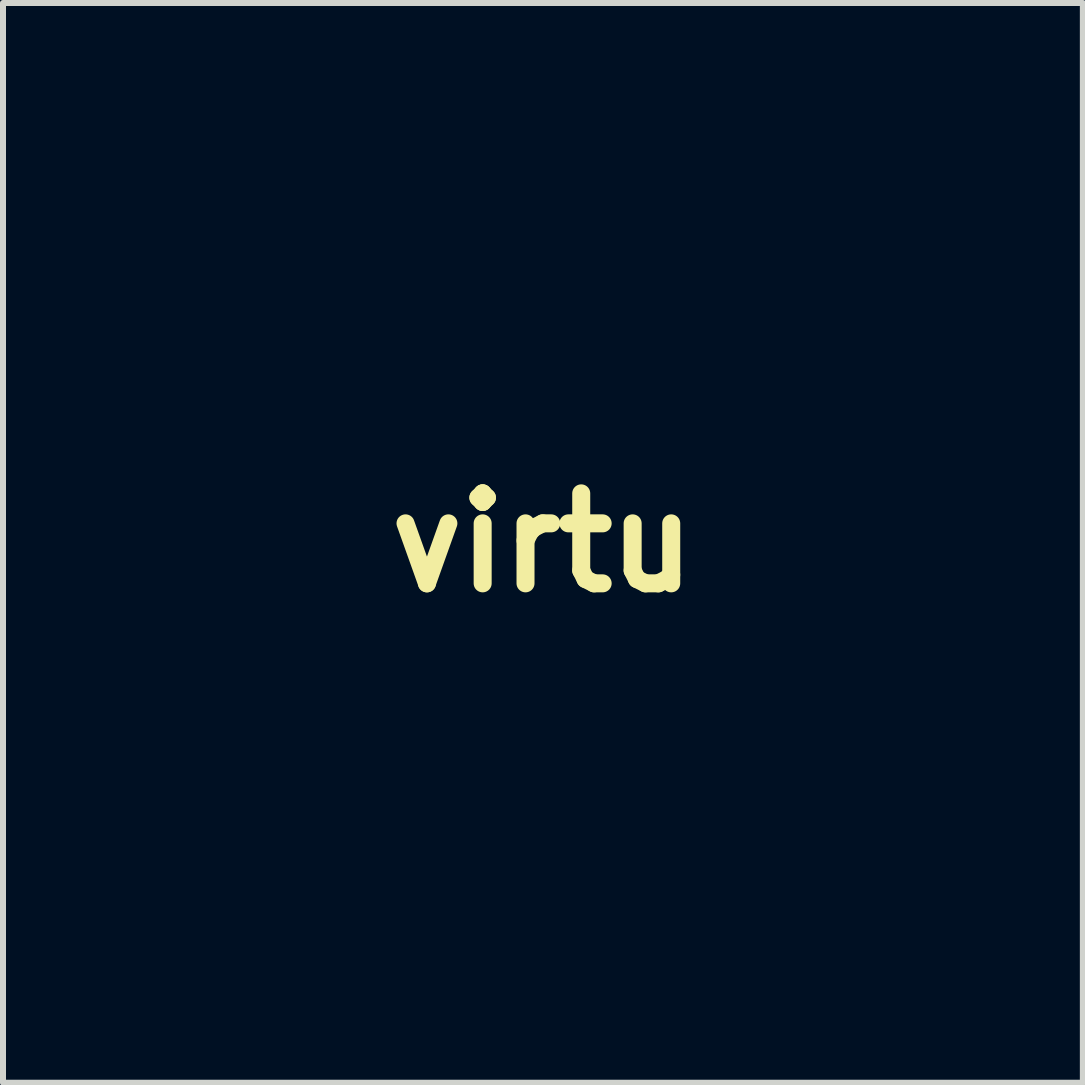
<source format=kicad_pcb>
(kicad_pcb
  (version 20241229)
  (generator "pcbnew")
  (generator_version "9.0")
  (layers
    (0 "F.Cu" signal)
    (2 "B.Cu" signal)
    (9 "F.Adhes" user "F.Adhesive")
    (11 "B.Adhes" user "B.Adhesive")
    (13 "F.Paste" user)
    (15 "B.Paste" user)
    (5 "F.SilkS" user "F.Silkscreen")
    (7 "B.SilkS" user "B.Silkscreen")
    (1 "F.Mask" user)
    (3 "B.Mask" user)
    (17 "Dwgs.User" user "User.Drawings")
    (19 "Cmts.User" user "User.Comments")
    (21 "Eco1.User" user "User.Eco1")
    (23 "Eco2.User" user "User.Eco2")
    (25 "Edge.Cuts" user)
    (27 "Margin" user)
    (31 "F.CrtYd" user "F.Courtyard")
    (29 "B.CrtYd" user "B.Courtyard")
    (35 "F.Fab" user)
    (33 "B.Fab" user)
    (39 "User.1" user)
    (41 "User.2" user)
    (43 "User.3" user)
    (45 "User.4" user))
  (footprint "virtu"
    (layer "F.Cu")
    (at 5.995 5.995)
    (property "Reference" "virtu" (at 0 0 0) (layer "F.SilkS") (effects (font (size 1.5 1.5) (thickness 0.3))))
    (attr board_only exclude_from_pos_files exclude_from_bom)
    (fp_poly (pts (xy 1.744 -0.382) (xy 1.758 -0.371) (xy 1.752 -0.354) (xy 1.729 -0.35) (xy 1.688 -0.359) (xy 1.674 -0.371) (xy 1.68 -0.388) (xy 1.703 -0.392)) (stroke (width 0) (type solid)) (fill yes) (layer "F.Mask"))
    (fp_poly (pts (xy 1.332 2.396) (xy 1.361 2.425) (xy 1.362 2.467) (xy 1.334 2.504) (xy 1.325 2.51) (xy 1.286 2.528) (xy 1.266 2.528) (xy 1.253 2.517) (xy 1.237 2.477) (xy 1.25 2.433) (xy 1.282 2.401) (xy 1.325 2.394)) (stroke (width 0) (type solid)) (fill yes) (layer "F.Mask"))
    (fp_poly (pts (xy 1.676 -0.246) (xy 1.702 -0.235) (xy 1.726 -0.202) (xy 1.746 -0.143) (xy 1.756 -0.078) (xy 1.753 -0.027) (xy 1.72 0.048) (xy 1.668 0.086) (xy 1.603 0.087) (xy 1.533 0.047) (xy 1.471 -0.02) (xy 1.44 -0.087) (xy 1.44 -0.137) (xy 1.475 -0.187) (xy 1.537 -0.225) (xy 1.609 -0.247)) (stroke (width 0) (type solid)) (fill yes) (layer "F.Mask"))
    (fp_poly (pts (xy -1.057 2.06) (xy -1.01 2.117) (xy -0.995 2.201) (xy -1.011 2.307) (xy -1.031 2.367) (xy -1.057 2.413) (xy -1.093 2.422) (xy -1.144 2.4) (xy -1.197 2.365) (xy -1.261 2.315) (xy -1.325 2.259) (xy -1.378 2.208) (xy -1.409 2.17) (xy -1.41 2.168) (xy -1.419 2.139) (xy -1.401 2.117) (xy -1.362 2.099) (xy -1.296 2.078) (xy -1.218 2.062) (xy -1.143 2.053) (xy -1.083 2.053)) (stroke (width 0) (type solid)) (fill yes) (layer "F.Mask"))
    (fp_poly (pts (xy -1.601 2.25) (xy -1.553 2.285) (xy -1.536 2.329) (xy -1.548 2.364) (xy -1.581 2.419) (xy -1.626 2.481) (xy -1.674 2.541) (xy -1.719 2.589) (xy -1.751 2.615) (xy -1.758 2.616) (xy -1.789 2.603) (xy -1.837 2.568) (xy -1.864 2.543) (xy -1.917 2.483) (xy -1.935 2.433) (xy -1.935 2.422) (xy -1.912 2.38) (xy -1.862 2.332) (xy -1.797 2.286) (xy -1.729 2.251) (xy -1.671 2.236) (xy -1.666 2.236)) (stroke (width 0) (type solid)) (fill yes) (layer "F.Mask"))
    (fp_poly (pts (xy 0.636 -0.252) (xy 0.686 -0.209) (xy 0.728 -0.131) (xy 0.741 -0.097) (xy 0.772 0.043) (xy 0.763 0.171) (xy 0.713 0.288) (xy 0.712 0.29) (xy 0.638 0.385) (xy 0.565 0.441) (xy 0.493 0.456) (xy 0.425 0.43) (xy 0.384 0.391) (xy 0.319 0.284) (xy 0.289 0.163) (xy 0.294 0.039) (xy 0.335 -0.077) (xy 0.347 -0.099) (xy 0.416 -0.19) (xy 0.484 -0.244) (xy 0.557 -0.264) (xy 0.573 -0.265)) (stroke (width 0) (type solid)) (fill yes) (layer "F.Mask"))
    (fp_poly (pts (xy 1.919 -0.185) (xy 1.946 -0.148) (xy 1.978 -0.092) (xy 2.01 -0.028) (xy 2.035 0.033) (xy 2.046 0.069) (xy 2.053 0.166) (xy 2.038 0.277) (xy 2.004 0.382) (xy 1.974 0.438) (xy 1.919 0.498) (xy 1.86 0.515) (xy 1.795 0.492) (xy 1.739 0.445) (xy 1.685 0.38) (xy 1.662 0.329) (xy 1.67 0.298) (xy 1.706 0.291) (xy 1.769 0.313) (xy 1.788 0.323) (xy 1.842 0.346) (xy 1.882 0.342) (xy 1.889 0.337) (xy 1.928 0.299) (xy 1.948 0.24) (xy 1.95 0.155) (xy 1.934 0.038) (xy 1.928 0.007) (xy 1.913 -0.078) (xy 1.904 -0.145) (xy 1.901 -0.186) (xy 1.903 -0.194)) (stroke (width 0) (type solid)) (fill yes) (layer "F.Mask"))
    (fp_poly (pts (xy 2.161 -1.084) (xy 2.175 -1.081) (xy 2.346 -1.016) (xy 2.501 -0.913) (xy 2.636 -0.774) (xy 2.752 -0.602) (xy 2.845 -0.398) (xy 2.896 -0.24) (xy 2.924 -0.11) (xy 2.941 0.032) (xy 2.948 0.178) (xy 2.944 0.316) (xy 2.931 0.438) (xy 2.907 0.532) (xy 2.895 0.557) (xy 2.801 0.697) (xy 2.68 0.812) (xy 2.541 0.896) (xy 2.39 0.945) (xy 2.309 0.956) (xy 2.23 0.957) (xy 2.161 0.952) (xy 2.128 0.945) (xy 2.032 0.905) (xy 1.953 0.856) (xy 1.898 0.803) (xy 1.875 0.753) (xy 1.875 0.749) (xy 1.894 0.712) (xy 1.945 0.681) (xy 2.025 0.629) (xy 2.098 0.548) (xy 2.154 0.451) (xy 2.172 0.399) (xy 2.186 0.309) (xy 2.188 0.193) (xy 2.179 0.064) (xy 2.159 -0.063) (xy 2.139 -0.148) (xy 2.093 -0.257) (xy 2.023 -0.366) (xy 1.94 -0.46) (xy 1.869 -0.516) (xy 1.774 -0.555) (xy 1.674 -0.555) (xy 1.589 -0.528) (xy 1.537 -0.51) (xy 1.504 -0.504) (xy 1.5 -0.506) (xy 1.499 -0.532) (xy 1.513 -0.587) (xy 1.537 -0.657) (xy 1.57 -0.733) (xy 1.584 -0.763) (xy 1.673 -0.907) (xy 1.774 -1.011) (xy 1.889 -1.076) (xy 2.018 -1.1)) (stroke (width 0) (type solid)) (fill yes) (layer "F.Mask"))
    (fp_poly (pts (xy 0.138 2.324) (xy 0.302 2.345) (xy 0.437 2.395) (xy 0.548 2.475) (xy 0.639 2.589) (xy 0.675 2.652) (xy 0.702 2.723) (xy 0.704 2.782) (xy 0.677 2.829) (xy 0.619 2.867) (xy 0.529 2.897) (xy 0.403 2.918) (xy 0.239 2.933) (xy 0.053 2.942) (xy -0.145 2.944) (xy -0.343 2.935) (xy -0.482 2.923) (xy -0.606 2.905) (xy -0.74 2.882) (xy -0.864 2.856) (xy -0.927 2.84) (xy -1.035 2.813) (xy -1.148 2.788) (xy -1.248 2.768) (xy -1.271 2.764) (xy -1.353 2.751) (xy -1.424 2.739) (xy -1.467 2.731) (xy -1.506 2.707) (xy -1.514 2.662) (xy -1.491 2.601) (xy -1.444 2.538) (xy -1.373 2.461) (xy -1.203 2.54) (xy -1.101 2.586) (xy -1.027 2.608) (xy -0.973 2.606) (xy -0.929 2.578) (xy -0.889 2.522) (xy -0.862 2.473) (xy -0.824 2.408) (xy -0.79 2.36) (xy -0.767 2.341) (xy -0.766 2.341) (xy -0.706 2.35) (xy -0.618 2.374) (xy -0.513 2.409) (xy -0.401 2.452) (xy -0.292 2.5) (xy -0.224 2.533) (xy -0.141 2.574) (xy -0.073 2.603) (xy -0.029 2.618) (xy -0.015 2.617) (xy -0.023 2.591) (xy -0.051 2.543) (xy -0.083 2.497) (xy -0.124 2.441) (xy -0.151 2.398) (xy -0.159 2.38) (xy -0.139 2.354) (xy -0.083 2.335) (xy 0.002 2.325) (xy 0.111 2.323)) (stroke (width 0) (type solid)) (fill yes) (layer "F.Mask"))
    (fp_poly (pts (xy -0.302 2.032) (xy -0.158 2.036) (xy -0.034 2.042) (xy 0.063 2.049) (xy 0.129 2.057) (xy 0.155 2.063) (xy 0.207 2.08) (xy 0.27 2.087) (xy 0.329 2.093) (xy 0.417 2.112) (xy 0.526 2.14) (xy 0.645 2.174) (xy 0.767 2.211) (xy 0.883 2.25) (xy 0.984 2.287) (xy 1.061 2.319) (xy 1.106 2.345) (xy 1.107 2.345) (xy 1.123 2.38) (xy 1.132 2.444) (xy 1.133 2.49) (xy 1.142 2.587) (xy 1.168 2.647) (xy 1.213 2.671) (xy 1.278 2.658) (xy 1.363 2.609) (xy 1.429 2.559) (xy 1.491 2.51) (xy 1.534 2.483) (xy 1.575 2.473) (xy 1.628 2.475) (xy 1.669 2.479) (xy 1.748 2.49) (xy 1.818 2.502) (xy 1.85 2.51) (xy 1.878 2.519) (xy 1.887 2.528) (xy 1.873 2.539) (xy 1.83 2.555) (xy 1.754 2.581) (xy 1.716 2.593) (xy 1.647 2.616) (xy 1.55 2.649) (xy 1.438 2.687) (xy 1.323 2.728) (xy 1.313 2.731) (xy 1.164 2.781) (xy 1.049 2.812) (xy 0.964 2.826) (xy 0.906 2.822) (xy 0.869 2.801) (xy 0.859 2.787) (xy 0.84 2.735) (xy 0.837 2.707) (xy 0.822 2.648) (xy 0.783 2.571) (xy 0.726 2.486) (xy 0.66 2.409) (xy 0.526 2.299) (xy 0.37 2.222) (xy 0.201 2.181) (xy 0.024 2.176) (xy -0.154 2.208) (xy -0.191 2.22) (xy -0.339 2.272) (xy -0.54 2.199) (xy -0.658 2.155) (xy -0.74 2.118) (xy -0.784 2.088) (xy -0.79 2.065) (xy -0.757 2.048) (xy -0.684 2.037) (xy -0.571 2.032) (xy -0.418 2.031)) (stroke (width 0) (type solid)) (fill yes) (layer "F.Mask"))
    (fp_poly (pts (xy -0.273 -0.708) (xy -0.056 -0.664) (xy 0.176 -0.58) (xy 0.297 -0.524) (xy 0.394 -0.475) (xy 0.456 -0.439) (xy 0.487 -0.408) (xy 0.487 -0.377) (xy 0.462 -0.339) (xy 0.413 -0.288) (xy 0.404 -0.28) (xy 0.338 -0.207) (xy 0.295 -0.14) (xy 0.264 -0.061) (xy 0.257 -0.035) (xy 0.228 0.092) (xy 0.207 0.23) (xy 0.197 0.363) (xy 0.197 0.479) (xy 0.204 0.535) (xy 0.243 0.668) (xy 0.306 0.801) (xy 0.388 0.922) (xy 0.48 1.021) (xy 0.57 1.085) (xy 0.626 1.104) (xy 0.706 1.121) (xy 0.774 1.128) (xy 0.852 1.132) (xy 0.903 1.128) (xy 0.941 1.111) (xy 0.977 1.084) (xy 1.031 1.028) (xy 1.077 0.963) (xy 1.11 0.898) (xy 1.125 0.843) (xy 1.117 0.812) (xy 1.097 0.804) (xy 1.068 0.819) (xy 1.024 0.861) (xy 0.998 0.891) (xy 0.946 0.947) (xy 0.906 0.979) (xy 0.866 0.993) (xy 0.811 0.996) (xy 0.801 0.996) (xy 0.696 0.979) (xy 0.605 0.926) (xy 0.527 0.835) (xy 0.487 0.768) (xy 0.449 0.68) (xy 0.44 0.622) (xy 0.462 0.594) (xy 0.513 0.595) (xy 0.586 0.613) (xy 0.631 0.631) (xy 0.661 0.659) (xy 0.689 0.7) (xy 0.73 0.752) (xy 0.774 0.772) (xy 0.796 0.773) (xy 0.854 0.753) (xy 0.898 0.694) (xy 0.927 0.594) (xy 0.937 0.525) (xy 0.951 0.445) (xy 0.975 0.403) (xy 1.013 0.398) (xy 1.056 0.419) (xy 1.091 0.46) (xy 1.127 0.53) (xy 1.159 0.617) (xy 1.184 0.708) (xy 1.196 0.792) (xy 1.197 0.812) (xy 1.185 0.949) (xy 1.152 1.107) (xy 1.101 1.272) (xy 1.088 1.307) (xy 1 1.481) (xy 0.881 1.627) (xy 0.729 1.748) (xy 0.544 1.842) (xy 0.482 1.866) (xy 0.354 1.901) (xy 0.221 1.914) (xy 0.074 1.905) (xy -0.095 1.874) (xy -0.258 1.833) (xy -0.443 1.776) (xy -0.634 1.709) (xy -0.741 1.668) (xy -0.813 1.645) (xy -0.908 1.623) (xy -1.011 1.604) (xy -1.041 1.599) (xy -1.128 1.586) (xy -1.199 1.574) (xy -1.244 1.563) (xy -1.253 1.56) (xy -1.274 1.533) (xy -1.302 1.485) (xy -1.308 1.472) (xy -1.339 1.414) (xy -1.381 1.338) (xy -1.419 1.271) (xy -1.464 1.185) (xy -1.51 1.08) (xy -1.548 0.98) (xy -1.548 0.979) (xy -1.571 0.908) (xy -1.586 0.847) (xy -1.595 0.786) (xy -1.598 0.712) (xy -1.598 0.615) (xy -1.596 0.523) (xy -1.589 0.233) (xy -1.494 0.042) (xy -1.44 -0.059) (xy -1.384 -0.145) (xy -1.315 -0.229) (xy -1.223 -0.326) (xy -1.219 -0.331) (xy -1.042 -0.487) (xy -0.862 -0.602) (xy -0.674 -0.677) (xy -0.479 -0.713)) (stroke (width 0) (type solid)) (fill yes) (layer "F.Mask"))
    (fp_poly (pts (xy 0.261 -5.993) (xy 0.439 -5.987) (xy 0.593 -5.979) (xy 0.71 -5.967) (xy 1.226 -5.877) (xy 1.722 -5.75) (xy 2.198 -5.586) (xy 2.656 -5.385) (xy 3.097 -5.145) (xy 3.241 -5.056) (xy 3.487 -4.887) (xy 3.743 -4.688) (xy 3.999 -4.467) (xy 4.248 -4.232) (xy 4.479 -3.992) (xy 4.686 -3.753) (xy 4.8 -3.608) (xy 5.086 -3.187) (xy 5.334 -2.75) (xy 5.544 -2.299) (xy 5.715 -1.836) (xy 5.847 -1.363) (xy 5.939 -0.882) (xy 5.992 -0.395) (xy 6.004 0.095) (xy 5.976 0.587) (xy 5.907 1.077) (xy 5.798 1.565) (xy 5.647 2.047) (xy 5.633 2.084) (xy 5.584 2.207) (xy 5.519 2.356) (xy 5.442 2.521) (xy 5.358 2.693) (xy 5.273 2.861) (xy 5.19 3.015) (xy 5.116 3.146) (xy 5.084 3.199) (xy 4.851 3.536) (xy 4.585 3.868) (xy 4.292 4.187) (xy 3.98 4.488) (xy 3.655 4.762) (xy 3.324 5.003) (xy 3.238 5.059) (xy 2.809 5.308) (xy 2.361 5.52) (xy 1.898 5.695) (xy 1.423 5.832) (xy 0.939 5.929) (xy 0.45 5.986) (xy -0.04 6.002) (xy -0.042 6.002) (xy -0.158 6) (xy -0.266 5.998) (xy -0.356 5.995) (xy -0.416 5.992) (xy -0.424 5.992) (xy -0.937 5.93) (xy -1.436 5.828) (xy -1.921 5.687) (xy -2.39 5.507) (xy -2.841 5.289) (xy -3.275 5.033) (xy -3.688 4.739) (xy -3.739 4.699) (xy -3.855 4.603) (xy -3.988 4.481) (xy -4.133 4.342) (xy -4.282 4.192) (xy -4.428 4.04) (xy -4.564 3.893) (xy -4.682 3.757) (xy -4.775 3.64) (xy -4.781 3.633) (xy -5.063 3.224) (xy -5.307 2.81) (xy -5.512 2.384) (xy -5.682 1.943) (xy -5.727 1.791) (xy -4.919 1.791) (xy -4.917 1.882) (xy -4.909 1.979) (xy -4.895 2.073) (xy -4.877 2.151) (xy -4.868 2.176) (xy -4.844 2.229) (xy -4.817 2.263) (xy -4.782 2.279) (xy -4.73 2.276) (xy -4.656 2.256) (xy -4.553 2.218) (xy -4.497 2.195) (xy -4.343 2.136) (xy -4.176 2.075) (xy -4.004 2.015) (xy -3.835 1.958) (xy -3.678 1.908) (xy -3.539 1.867) (xy -3.427 1.837) (xy -3.379 1.826) (xy -3.231 1.797) (xy -3.119 1.776) (xy -3.037 1.763) (xy -2.981 1.757) (xy -2.945 1.756) (xy -2.926 1.76) (xy -2.901 1.787) (xy -2.875 1.843) (xy -2.859 1.893) (xy -2.808 2.05) (xy -2.751 2.174) (xy -2.708 2.24) (xy -2.675 2.289) (xy -2.66 2.329) (xy -2.665 2.367) (xy -2.694 2.407) (xy -2.751 2.454) (xy -2.839 2.515) (xy -2.918 2.566) (xy -3.024 2.634) (xy -3.151 2.718) (xy -3.29 2.811) (xy -3.434 2.908) (xy -3.573 3.002) (xy -3.7 3.09) (xy -3.807 3.164) (xy -3.866 3.206) (xy -3.955 3.275) (xy -4.019 3.334) (xy -4.052 3.378) (xy -4.057 3.393) (xy -4.04 3.415) (xy -3.994 3.451) (xy -3.928 3.494) (xy -3.903 3.509) (xy -3.815 3.562) (xy -3.725 3.618) (xy -3.652 3.665) (xy -3.647 3.669) (xy -3.589 3.706) (xy -3.545 3.732) (xy -3.529 3.739) (xy -3.505 3.725) (xy -3.47 3.691) (xy -3.441 3.654) (xy -3.395 3.591) (xy -3.34 3.512) (xy -3.299 3.452) (xy -3.216 3.332) (xy -3.123 3.206) (xy -3.024 3.079) (xy -2.923 2.955) (xy -2.823 2.838) (xy -2.73 2.734) (xy -2.646 2.647) (xy -2.577 2.581) (xy -2.525 2.541) (xy -2.5 2.532) (xy -2.47 2.543) (xy -2.413 2.575) (xy -2.338 2.621) (xy -2.252 2.679) (xy -2.244 2.684) (xy -2.142 2.756) (xy -2.074 2.811) (xy -2.035 2.851) (xy -2.023 2.88) (xy -2.023 2.88) (xy -2.034 2.912) (xy -2.065 2.973) (xy -2.11 3.054) (xy -2.167 3.147) (xy -2.193 3.188) (xy -2.271 3.311) (xy -2.326 3.405) (xy -2.361 3.473) (xy -2.378 3.521) (xy -2.379 3.553) (xy -2.368 3.572) (xy -2.338 3.589) (xy -2.28 3.611) (xy -2.218 3.632) (xy -2.138 3.653) (xy -2.088 3.655) (xy -2.058 3.63) (xy -2.036 3.573) (xy -2.024 3.521) (xy -2.007 3.451) (xy -1.984 3.363) (xy -1.957 3.264) (xy -1.93 3.166) (xy -1.904 3.076) (xy -1.882 3.005) (xy -1.867 2.962) (xy -1.864 2.955) (xy -1.831 2.937) (xy -1.778 2.938) (xy -1.726 2.955) (xy -1.652 2.985) (xy -1.542 3.017) (xy -1.402 3.048) (xy -1.239 3.078) (xy -1.06 3.105) (xy -0.87 3.128) (xy -0.869 3.128) (xy -0.744 3.142) (xy -0.635 3.152) (xy -0.536 3.16) (xy -0.439 3.166) (xy -0.34 3.17) (xy -0.231 3.172) (xy -0.107 3.172) (xy 0.039 3.171) (xy 0.213 3.168) (xy 0.421 3.164) (xy 0.498 3.162) (xy 1.059 3.15) (xy 1.335 3.061) (xy 1.562 2.984) (xy 1.763 2.909) (xy 1.949 2.83) (xy 2.131 2.743) (xy 2.319 2.643) (xy 2.525 2.525) (xy 2.648 2.451) (xy 2.907 2.28) (xy 3.127 2.106) (xy 3.311 1.927) (xy 3.46 1.739) (xy 3.578 1.539) (xy 3.623 1.442) (xy 3.658 1.37) (xy 3.69 1.32) (xy 3.713 1.303) (xy 3.739 1.317) (xy 3.787 1.357) (xy 3.848 1.414) (xy 3.895 1.462) (xy 3.974 1.542) (xy 4.033 1.592) (xy 4.077 1.616) (xy 4.1 1.621) (xy 4.157 1.602) (xy 4.216 1.555) (xy 4.268 1.49) (xy 4.302 1.419) (xy 4.311 1.37) (xy 4.295 1.329) (xy 4.254 1.282) (xy 4.204 1.241) (xy 4.158 1.219) (xy 4.149 1.218) (xy 4.111 1.21) (xy 4.047 1.189) (xy 3.97 1.159) (xy 3.891 1.126) (xy 3.823 1.095) (xy 3.777 1.071) (xy 3.768 1.063) (xy 3.757 1.028) (xy 3.756 0.968) (xy 3.764 0.896) (xy 3.778 0.825) (xy 3.796 0.77) (xy 3.816 0.743) (xy 3.861 0.739) (xy 3.938 0.745) (xy 4.038 0.758) (xy 4.153 0.779) (xy 4.273 0.805) (xy 4.39 0.834) (xy 4.495 0.865) (xy 4.538 0.88) (xy 4.604 0.901) (xy 4.656 0.911) (xy 4.676 0.91) (xy 4.702 0.887) (xy 4.743 0.839) (xy 4.792 0.776) (xy 4.841 0.708) (xy 4.882 0.645) (xy 4.909 0.598) (xy 4.915 0.58) (xy 4.908 0.571) (xy 4.884 0.564) (xy 4.839 0.558) (xy 4.769 0.553) (xy 4.671 0.548) (xy 4.539 0.545) (xy 4.37 0.541) (xy 4.314 0.54) (xy 3.712 0.53) (xy 3.678 0.477) (xy 3.65 0.437) (xy 3.606 0.373) (xy 3.552 0.297) (xy 3.53 0.266) (xy 3.471 0.18) (xy 3.441 0.119) (xy 3.441 0.077) (xy 3.473 0.047) (xy 3.538 0.021) (xy 3.593 0.005) (xy 3.693 -0.018) (xy 3.82 -0.042) (xy 3.963 -0.066) (xy 4.11 -0.087) (xy 4.249 -0.103) (xy 4.368 -0.114) (xy 4.442 -0.116) (xy 4.541 -0.119) (xy 4.605 -0.128) (xy 4.639 -0.145) (xy 4.65 -0.172) (xy 4.65 -0.175) (xy 4.64 -0.212) (xy 4.614 -0.269) (xy 4.578 -0.336) (xy 4.539 -0.4) (xy 4.504 -0.451) (xy 4.478 -0.477) (xy 4.474 -0.479) (xy 4.359 -0.478) (xy 4.224 -0.459) (xy 4.066 -0.422) (xy 3.883 -0.365) (xy 3.671 -0.287) (xy 3.427 -0.188) (xy 3.256 -0.114) (xy 3.19 -0.087) (xy 3.148 -0.077) (xy 3.115 -0.083) (xy 3.087 -0.096) (xy 3.038 -0.144) (xy 2.994 -0.222) (xy 2.989 -0.234) (xy 2.921 -0.399) (xy 2.854 -0.539) (xy 2.778 -0.669) (xy 2.686 -0.807) (xy 2.682 -0.813) (xy 2.593 -0.935) (xy 2.514 -1.033) (xy 2.437 -1.114) (xy 2.354 -1.185) (xy 2.257 -1.251) (xy 2.139 -1.32) (xy 1.99 -1.399) (xy 1.967 -1.41) (xy 1.855 -1.469) (xy 1.755 -1.523) (xy 1.675 -1.569) (xy 1.62 -1.604) (xy 1.597 -1.622) (xy 1.597 -1.622) (xy 1.582 -1.653) (xy 1.553 -1.713) (xy 1.516 -1.793) (xy 1.477 -1.876) (xy 1.364 -2.1) (xy 1.242 -2.302) (xy 1.104 -2.494) (xy 0.942 -2.684) (xy 0.749 -2.883) (xy 0.739 -2.893) (xy 0.611 -3.017) (xy 0.506 -3.117) (xy 0.418 -3.197) (xy 0.338 -3.264) (xy 0.261 -3.322) (xy 0.18 -3.376) (xy 0.086 -3.432) (xy -0.025 -3.496) (xy -0.116 -3.546) (xy -0.259 -3.624) (xy -0.372 -3.681) (xy -0.458 -3.719) (xy -0.525 -3.737) (xy -0.578 -3.737) (xy -0.622 -3.72) (xy -0.663 -3.686) (xy -0.706 -3.635) (xy -0.712 -3.628) (xy -0.772 -3.541) (xy -0.841 -3.424) (xy -0.912 -3.287) (xy -0.982 -3.139) (xy -1.047 -2.991) (xy -1.1 -2.853) (xy -1.138 -2.734) (xy -1.141 -2.722) (xy -1.191 -2.493) (xy -1.228 -2.244) (xy -1.25 -1.994) (xy -1.256 -1.761) (xy -1.255 -1.716) (xy -1.25 -1.612) (xy -1.244 -1.519) (xy -1.236 -1.448) (xy -1.229 -1.41) (xy -1.22 -1.375) (xy -1.234 -1.369) (xy -1.251 -1.375) (xy -1.298 -1.388) (xy -1.378 -1.407) (xy -1.485 -1.429) (xy -1.609 -1.453) (xy -1.743 -1.479) (xy -1.88 -1.503) (xy -2.01 -1.526) (xy -2.127 -1.544) (xy -2.222 -1.557) (xy -2.246 -1.56) (xy -2.335 -1.568) (xy -2.459 -1.574) (xy -2.61 -1.58) (xy -2.778 -1.584) (xy -2.957 -1.586) (xy -3.082 -1.586) (xy -3.686 -1.586) (xy -4.067 -1.507) (xy -4.249 -1.467) (xy -4.393 -1.431) (xy -4.503 -1.395) (xy -4.584 -1.357) (xy -4.64 -1.314) (xy -4.675 -1.262) (xy -4.693 -1.199) (xy -4.698 -1.122) (xy -4.698 -1.079) (xy -4.675 -0.853) (xy -4.62 -0.611) (xy -4.537 -0.359) (xy -4.428 -0.106) (xy -4.296 0.141) (xy -4.198 0.297) (xy -4.137 0.377) (xy -4.051 0.478) (xy -3.946 0.592) (xy -3.831 0.712) (xy -3.711 0.83) (xy -3.593 0.939) (xy -3.517 1.006) (xy -3.411 1.09) (xy -3.3 1.171) (xy -3.19 1.243) (xy -3.089 1.302) (xy -3.003 1.344) (xy -2.94 1.365) (xy -2.926 1.366) (xy -2.889 1.369) (xy -2.873 1.383) (xy -2.871 1.42) (xy -2.876 1.464) (xy -2.888 1.527) (xy -2.907 1.572) (xy -2.916 1.582) (xy -2.93 1.588) (xy -2.958 1.592) (xy -3.003 1.594) (xy -3.068 1.594) (xy -3.157 1.591) (xy -3.275 1.587) (xy -3.424 1.581) (xy -3.61 1.572) (xy -3.76 1.564) (xy -3.903 1.561) (xy -4.056 1.562) (xy -4.214 1.568) (xy -4.369 1.579) (xy -4.516 1.593) (xy -4.649 1.61) (xy -4.76 1.629) (xy -4.843 1.649) (xy -4.893 1.671) (xy -4.901 1.679) (xy -4.913 1.72) (xy -4.919 1.791) (xy -5.727 1.791) (xy -5.818 1.483) (xy -5.921 0.998) (xy -5.956 0.784) (xy -5.972 0.637) (xy -5.984 0.458) (xy -5.992 0.257) (xy -5.995 0.044) (xy -5.994 -0.171) (xy -5.988 -0.378) (xy -5.978 -0.567) (xy -5.963 -0.728) (xy -5.956 -0.784) (xy -5.862 -1.292) (xy -5.735 -1.777) (xy -5.572 -2.238) (xy -5.375 -2.679) (xy -5.277 -2.867) (xy -5.028 -3.281) (xy -4.744 -3.676) (xy -4.429 -4.048) (xy -4.087 -4.395) (xy -3.721 -4.711) (xy -3.335 -4.994) (xy -3.125 -5.127) (xy -2.708 -5.359) (xy -2.285 -5.553) (xy -1.848 -5.713) (xy -1.393 -5.84) (xy -0.914 -5.935) (xy -0.784 -5.956) (xy -0.659 -5.97) (xy -0.502 -5.981) (xy -0.322 -5.989) (xy -0.128 -5.993) (xy 0.069 -5.995)) (stroke (width 0) (type solid)) (fill yes) (layer "F.Mask")))
  (gr_rect
    (start -3 -3)
    (end 14.999 14.997)
    (stroke (width 0.1) (type default))
    (fill no)
    (layer "Edge.Cuts")))
</source>
